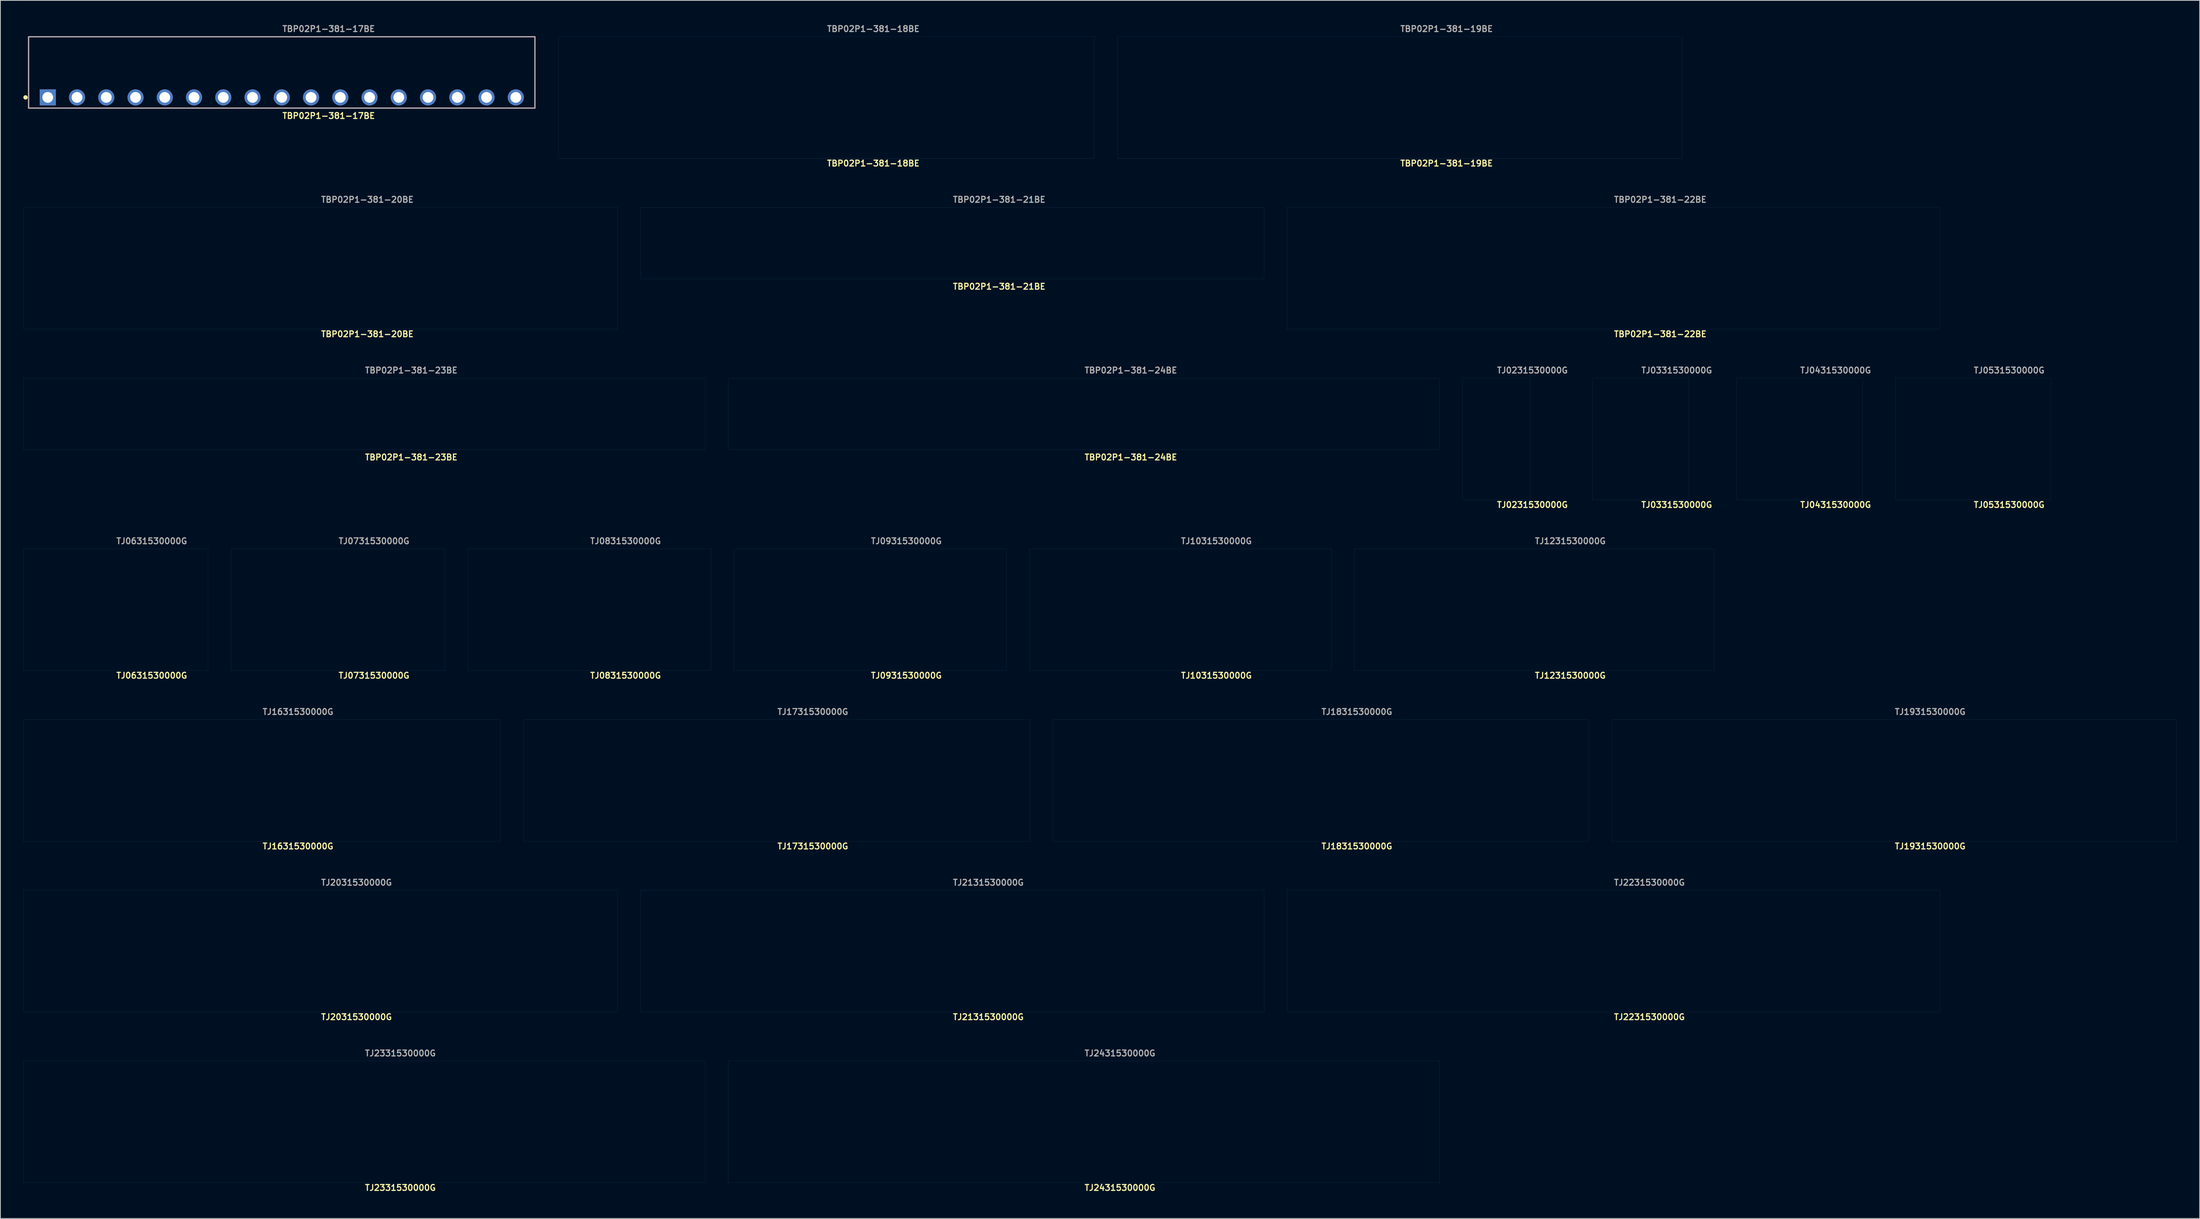
<source format=kicad_pcb>
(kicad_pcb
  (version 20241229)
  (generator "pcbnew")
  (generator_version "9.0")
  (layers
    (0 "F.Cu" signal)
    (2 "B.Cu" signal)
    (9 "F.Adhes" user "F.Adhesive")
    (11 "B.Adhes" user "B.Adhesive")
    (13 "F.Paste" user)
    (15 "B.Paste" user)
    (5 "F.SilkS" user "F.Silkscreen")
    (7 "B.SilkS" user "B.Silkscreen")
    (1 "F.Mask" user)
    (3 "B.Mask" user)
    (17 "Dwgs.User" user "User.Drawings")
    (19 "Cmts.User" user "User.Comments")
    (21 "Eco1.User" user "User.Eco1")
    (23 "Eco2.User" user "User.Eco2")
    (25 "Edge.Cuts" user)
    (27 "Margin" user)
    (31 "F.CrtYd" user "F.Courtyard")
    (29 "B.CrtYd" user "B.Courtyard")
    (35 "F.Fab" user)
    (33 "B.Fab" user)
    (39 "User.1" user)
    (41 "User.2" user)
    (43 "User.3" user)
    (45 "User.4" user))
  (footprint "TJ0231530000G"
    (layer "F.Cu")
    (at 191.846 63.504)
    (property "Reference" "TJ0231530000G" (at 0 -0.762 0) (unlocked yes) (layer "F.SilkS") (effects (font (size 0.762 0.762) (thickness 0.152)) (justify left)))
    (fp_rect (start -4.4 -1.4) (end 4.4 -17.3) (stroke (width 0.006) (type solid)) (fill no) (layer "Cmts.User"))
    (fp_text user "${REFERENCE}" (at 0 -18.288 0) (unlocked yes) (layer "F.Fab") (effects (font (size 0.762 0.762) (thickness 0.152)) (justify left))))
  (footprint "TJ1931530000G"
    (layer "F.Cu")
    (at 243.657 108.006)
    (property "Reference" "TJ1931530000G" (at 0 -0.762 0) (unlocked yes) (layer "F.SilkS") (effects (font (size 0.762 0.762) (thickness 0.152)) (justify left)))
    (fp_rect (start -36.785 -1.4) (end 36.785 -17.3) (stroke (width 0.006) (type solid)) (fill no) (layer "Cmts.User"))
    (fp_text user "${REFERENCE}" (at 0 -18.288 0) (unlocked yes) (layer "F.Fab") (effects (font (size 0.762 0.762) (thickness 0.152)) (justify left))))
  (footprint "TJ0731530000G"
    (layer "F.Cu")
    (at 40.975 85.755)
    (property "Reference" "TJ0731530000G" (at 0 -0.762 0) (unlocked yes) (layer "F.SilkS") (effects (font (size 0.762 0.762) (thickness 0.152)) (justify left)))
    (fp_rect (start -13.925 -1.4) (end 13.925 -17.3) (stroke (width 0.006) (type solid)) (fill no) (layer "Cmts.User"))
    (fp_text user "${REFERENCE}" (at 0 -18.288 0) (unlocked yes) (layer "F.Fab") (effects (font (size 0.762 0.762) (thickness 0.152)) (justify left))))
  (footprint "TJ2131530000G"
    (layer "F.Cu")
    (at 120.985 130.257)
    (property "Reference" "TJ2131530000G" (at 0 -0.762 0) (unlocked yes) (layer "F.SilkS") (effects (font (size 0.762 0.762) (thickness 0.152)) (justify left)))
    (fp_rect (start -40.595 -1.4) (end 40.595 -17.3) (stroke (width 0.006) (type solid)) (fill no) (layer "Cmts.User"))
    (fp_text user "${REFERENCE}" (at 0 -18.288 0) (unlocked yes) (layer "F.Fab") (effects (font (size 0.762 0.762) (thickness 0.152)) (justify left))))
  (footprint "TJ2231530000G"
    (layer "F.Cu")
    (at 207.086 130.257)
    (property "Reference" "TJ2231530000G" (at 0 -0.762 0) (unlocked yes) (layer "F.SilkS") (effects (font (size 0.762 0.762) (thickness 0.152)) (justify left)))
    (fp_rect (start -42.5 -1.4) (end 42.5 -17.3) (stroke (width 0.006) (type solid)) (fill no) (layer "Cmts.User"))
    (fp_text user "${REFERENCE}" (at 0 -18.288 0) (unlocked yes) (layer "F.Fab") (effects (font (size 0.762 0.762) (thickness 0.152)) (justify left))))
  (footprint "TJ2331530000G"
    (layer "F.Cu")
    (at 44.408 152.509)
    (property "Reference" "TJ2331530000G" (at 0 -0.762 0) (unlocked yes) (layer "F.SilkS") (effects (font (size 0.762 0.762) (thickness 0.152)) (justify left)))
    (fp_rect (start -44.405 -1.4) (end 44.405 -17.3) (stroke (width 0.006) (type solid)) (fill no) (layer "Cmts.User"))
    (fp_text user "${REFERENCE}" (at 0 -18.288 0) (unlocked yes) (layer "F.Fab") (effects (font (size 0.762 0.762) (thickness 0.152)) (justify left))))
  (footprint "TJ1231530000G"
    (layer "F.Cu")
    (at 196.785 85.755)
    (property "Reference" "TJ1231530000G" (at 0 -0.762 0) (unlocked yes) (layer "F.SilkS") (effects (font (size 0.762 0.762) (thickness 0.152)) (justify left)))
    (fp_rect (start -23.45 -1.4) (end 23.45 -17.3) (stroke (width 0.006) (type solid)) (fill no) (layer "Cmts.User"))
    (fp_text user "${REFERENCE}" (at 0 -18.288 0) (unlocked yes) (layer "F.Fab") (effects (font (size 0.762 0.762) (thickness 0.152)) (justify left))))
  (footprint "TBP02P1-381-22BE"
    (layer "F.Cu")
    (at 207.086 41.252)
    (property "Reference" "TBP02P1-381-22BE" (at 0 -0.762 0) (unlocked yes) (layer "F.SilkS") (effects (font (size 0.762 0.762) (thickness 0.152)) (justify left)))
    (fp_rect (start -42.5 -1.4) (end 42.5 -17.3) (stroke (width 0.006) (type solid)) (fill no) (layer "Cmts.User"))
    (fp_text user "${REFERENCE}" (at 0 -18.288 0) (unlocked yes) (layer "F.Fab") (effects (font (size 0.762 0.762) (thickness 0.152)) (justify left))))
  (footprint "TJ1831530000G"
    (layer "F.Cu")
    (at 168.986 108.006)
    (property "Reference" "TJ1831530000G" (at 0 -0.762 0) (unlocked yes) (layer "F.SilkS") (effects (font (size 0.762 0.762) (thickness 0.152)) (justify left)))
    (fp_rect (start -34.88 -1.4) (end 34.88 -17.3) (stroke (width 0.006) (type solid)) (fill no) (layer "Cmts.User"))
    (fp_text user "${REFERENCE}" (at 0 -18.288 0) (unlocked yes) (layer "F.Fab") (effects (font (size 0.762 0.762) (thickness 0.152)) (justify left))))
  (footprint "TJ0331530000G"
    (layer "F.Cu")
    (at 210.639 63.504)
    (property "Reference" "TJ0331530000G" (at 0 -0.762 0) (unlocked yes) (layer "F.SilkS") (effects (font (size 0.762 0.762) (thickness 0.152)) (justify left)))
    (fp_rect (start -6.305 -1.4) (end 6.305 -17.3) (stroke (width 0.006) (type solid)) (fill no) (layer "Cmts.User"))
    (fp_text user "${REFERENCE}" (at 0 -18.288 0) (unlocked yes) (layer "F.Fab") (effects (font (size 0.762 0.762) (thickness 0.152)) (justify left))))
  (footprint "TBP02P1-381-19BE"
    (layer "F.Cu")
    (at 179.257 19.001)
    (property "Reference" "TBP02P1-381-19BE" (at 0 -0.762 0) (unlocked yes) (layer "F.SilkS") (effects (font (size 0.762 0.762) (thickness 0.152)) (justify left)))
    (fp_rect (start -36.785 -1.4) (end 36.785 -17.3) (stroke (width 0.006) (type solid)) (fill no) (layer "Cmts.User"))
    (fp_text user "${REFERENCE}" (at 0 -18.288 0) (unlocked yes) (layer "F.Fab") (effects (font (size 0.762 0.762) (thickness 0.152)) (justify left))))
  (footprint "TJ0531530000G"
    (layer "F.Cu")
    (at 253.941 63.504)
    (property "Reference" "TJ0531530000G" (at 0 -0.762 0) (unlocked yes) (layer "F.SilkS") (effects (font (size 0.762 0.762) (thickness 0.152)) (justify left)))
    (fp_rect (start -10.115 -1.4) (end 10.115 -17.3) (stroke (width 0.006) (type solid)) (fill no) (layer "Cmts.User"))
    (fp_text user "${REFERENCE}" (at 0 -18.288 0) (unlocked yes) (layer "F.Fab") (effects (font (size 0.762 0.762) (thickness 0.152)) (justify left))))
  (footprint "TBP02P1-381-20BE"
    (layer "F.Cu")
    (at 38.693 41.252)
    (property "Reference" "TBP02P1-381-20BE" (at 0 -0.762 0) (unlocked yes) (layer "F.SilkS") (effects (font (size 0.762 0.762) (thickness 0.152)) (justify left)))
    (fp_rect (start -38.69 -1.4) (end 38.69 -17.3) (stroke (width 0.006) (type solid)) (fill no) (layer "Cmts.User"))
    (fp_text user "${REFERENCE}" (at 0 -18.288 0) (unlocked yes) (layer "F.Fab") (effects (font (size 0.762 0.762) (thickness 0.152)) (justify left))))
  (footprint "TBP02P1-381-24BE"
    (layer "F.Cu")
    (at 138.13 54.146)
    (property "Reference" "TBP02P1-381-24BE" (at 0 2.4 0) (unlocked yes) (layer "F.SilkS") (effects (font (size 0.762 0.762) (thickness 0.152)) (justify left)))
    (fp_rect (start -46.31 1.4) (end 46.31 -7.9) (stroke (width 0.006) (type solid)) (fill no) (layer "Cmts.User"))
    (fp_text user "${REFERENCE}" (at 0 -8.93 0) (unlocked yes) (layer "F.Fab") (effects (font (size 0.762 0.762) (thickness 0.152)) (justify left))))
  (footprint "TBP02P1-381-17BE"
    (layer "F.Cu")
    (at 33.651 9.643)
    (property "Reference" "TBP02P1-381-17BE" (at 0 2.4 0) (unlocked yes) (layer "F.SilkS") (effects (font (size 0.762 0.762) (thickness 0.152)) (justify left)))
    (fp_rect (start -32.975 1.4) (end 32.975 -7.9) (stroke (width 0.152) (type solid)) (fill no) (layer "F.SilkS"))
    (fp_circle (center -33.375 0) (end -33.575 0) (stroke (width 0.152) (type solid)) (fill yes) (layer "F.SilkS"))
    (fp_circle (center -33.375 0) (end -33.575 0) (stroke (width 0.152) (type solid)) (fill yes) (layer "F.SilkS"))
    (fp_rect (start -32.975 1.4) (end 32.975 -7.9) (stroke (width 0.006) (type solid)) (fill no) (layer "F.CrtYd"))
    (fp_rect (start -32.975 1.4) (end 32.975 -7.9) (stroke (width 0.152) (type solid)) (fill no) (layer "F.Fab"))
    (fp_text user "${REFERENCE}" (at 0 -8.93 0) (unlocked yes) (layer "F.Fab") (effects (font (size 0.762 0.762) (thickness 0.152)) (justify left)))
    (pad "1" thru_hole rect (at -30.48 0) (size 2.1 2.1) (drill 1.4) (layers "*.Cu" "*.Mask"))
    (pad "2" thru_hole circle (at -26.67 0) (size 2.1 2.1) (drill 1.4) (layers "*.Cu" "*.Mask"))
    (pad "3" thru_hole circle (at -22.86 0) (size 2.1 2.1) (drill 1.4) (layers "*.Cu" "*.Mask"))
    (pad "4" thru_hole circle (at -19.05 0) (size 2.1 2.1) (drill 1.4) (layers "*.Cu" "*.Mask"))
    (pad "5" thru_hole circle (at -15.24 0) (size 2.1 2.1) (drill 1.4) (layers "*.Cu" "*.Mask"))
    (pad "6" thru_hole circle (at -11.43 0) (size 2.1 2.1) (drill 1.4) (layers "*.Cu" "*.Mask"))
    (pad "7" thru_hole circle (at -7.62 0) (size 2.1 2.1) (drill 1.4) (layers "*.Cu" "*.Mask"))
    (pad "8" thru_hole circle (at -3.81 0) (size 2.1 2.1) (drill 1.4) (layers "*.Cu" "*.Mask"))
    (pad "9" thru_hole circle (at 0 0) (size 2.1 2.1) (drill 1.4) (layers "*.Cu" "*.Mask"))
    (pad "10" thru_hole circle (at 3.81 0) (size 2.1 2.1) (drill 1.4) (layers "*.Cu" "*.Mask"))
    (pad "11" thru_hole circle (at 7.62 0) (size 2.1 2.1) (drill 1.4) (layers "*.Cu" "*.Mask"))
    (pad "12" thru_hole circle (at 11.43 0) (size 2.1 2.1) (drill 1.4) (layers "*.Cu" "*.Mask"))
    (pad "13" thru_hole circle (at 15.24 0) (size 2.1 2.1) (drill 1.4) (layers "*.Cu" "*.Mask"))
    (pad "14" thru_hole circle (at 19.05 0) (size 2.1 2.1) (drill 1.4) (layers "*.Cu" "*.Mask"))
    (pad "15" thru_hole circle (at 22.86 0) (size 2.1 2.1) (drill 1.4) (layers "*.Cu" "*.Mask"))
    (pad "16" thru_hole circle (at 26.67 0) (size 2.1 2.1) (drill 1.4) (layers "*.Cu" "*.Mask"))
    (pad "17" thru_hole circle (at 30.48 0) (size 2.1 2.1) (drill 1.4) (layers "*.Cu" "*.Mask")))
  (footprint "TJ1631530000G"
    (layer "F.Cu")
    (at 31.073 108.006)
    (property "Reference" "TJ1631530000G" (at 0 -0.762 0) (unlocked yes) (layer "F.SilkS") (effects (font (size 0.762 0.762) (thickness 0.152)) (justify left)))
    (fp_rect (start -31.07 -1.4) (end 31.07 -17.3) (stroke (width 0.006) (type solid)) (fill no) (layer "Cmts.User"))
    (fp_text user "${REFERENCE}" (at 0 -18.288 0) (unlocked yes) (layer "F.Fab") (effects (font (size 0.762 0.762) (thickness 0.152)) (justify left))))
  (footprint "TJ2431530000G"
    (layer "F.Cu")
    (at 138.13 152.509)
    (property "Reference" "TJ2431530000G" (at 0 -0.762 0) (unlocked yes) (layer "F.SilkS") (effects (font (size 0.762 0.762) (thickness 0.152)) (justify left)))
    (fp_rect (start -46.31 -1.4) (end 46.31 -17.3) (stroke (width 0.006) (type solid)) (fill no) (layer "Cmts.User"))
    (fp_text user "${REFERENCE}" (at 0 -18.288 0) (unlocked yes) (layer "F.Fab") (effects (font (size 0.762 0.762) (thickness 0.152)) (justify left))))
  (footprint "TBP02P1-381-21BE"
    (layer "F.Cu")
    (at 120.985 31.894)
    (property "Reference" "TBP02P1-381-21BE" (at 0 2.4 0) (unlocked yes) (layer "F.SilkS") (effects (font (size 0.762 0.762) (thickness 0.152)) (justify left)))
    (fp_rect (start -40.595 1.4) (end 40.595 -7.9) (stroke (width 0.006) (type solid)) (fill no) (layer "Cmts.User"))
    (fp_text user "${REFERENCE}" (at 0 -8.93 0) (unlocked yes) (layer "F.Fab") (effects (font (size 0.762 0.762) (thickness 0.152)) (justify left))))
  (footprint "TJ0931530000G"
    (layer "F.Cu")
    (at 110.307 85.755)
    (property "Reference" "TJ0931530000G" (at 0 -0.762 0) (unlocked yes) (layer "F.SilkS") (effects (font (size 0.762 0.762) (thickness 0.152)) (justify left)))
    (fp_rect (start -17.735 -1.4) (end 17.735 -17.3) (stroke (width 0.006) (type solid)) (fill no) (layer "Cmts.User"))
    (fp_text user "${REFERENCE}" (at 0 -18.288 0) (unlocked yes) (layer "F.Fab") (effects (font (size 0.762 0.762) (thickness 0.152)) (justify left))))
  (footprint "TJ0831530000G"
    (layer "F.Cu")
    (at 73.736 85.755)
    (property "Reference" "TJ0831530000G" (at 0 -0.762 0) (unlocked yes) (layer "F.SilkS") (effects (font (size 0.762 0.762) (thickness 0.152)) (justify left)))
    (fp_rect (start -15.83 -1.4) (end 15.83 -17.3) (stroke (width 0.006) (type solid)) (fill no) (layer "Cmts.User"))
    (fp_text user "${REFERENCE}" (at 0 -18.288 0) (unlocked yes) (layer "F.Fab") (effects (font (size 0.762 0.762) (thickness 0.152)) (justify left))))
  (footprint "TJ0431530000G"
    (layer "F.Cu")
    (at 231.337 63.504)
    (property "Reference" "TJ0431530000G" (at 0 -0.762 0) (unlocked yes) (layer "F.SilkS") (effects (font (size 0.762 0.762) (thickness 0.152)) (justify left)))
    (fp_rect (start -8.21 -1.4) (end 8.21 -17.3) (stroke (width 0.006) (type solid)) (fill no) (layer "Cmts.User"))
    (fp_text user "${REFERENCE}" (at 0 -18.288 0) (unlocked yes) (layer "F.Fab") (effects (font (size 0.762 0.762) (thickness 0.152)) (justify left))))
  (footprint "TJ1731530000G"
    (layer "F.Cu")
    (at 98.125 108.006)
    (property "Reference" "TJ1731530000G" (at 0 -0.762 0) (unlocked yes) (layer "F.SilkS") (effects (font (size 0.762 0.762) (thickness 0.152)) (justify left)))
    (fp_rect (start -32.975 -1.4) (end 32.975 -17.3) (stroke (width 0.006) (type solid)) (fill no) (layer "Cmts.User"))
    (fp_text user "${REFERENCE}" (at 0 -18.288 0) (unlocked yes) (layer "F.Fab") (effects (font (size 0.762 0.762) (thickness 0.152)) (justify left))))
  (footprint "TJ0631530000G"
    (layer "F.Cu")
    (at 12.023 85.755)
    (property "Reference" "TJ0631530000G" (at 0 -0.762 0) (unlocked yes) (layer "F.SilkS") (effects (font (size 0.762 0.762) (thickness 0.152)) (justify left)))
    (fp_rect (start -12.02 -1.4) (end 12.02 -17.3) (stroke (width 0.006) (type solid)) (fill no) (layer "Cmts.User"))
    (fp_text user "${REFERENCE}" (at 0 -18.288 0) (unlocked yes) (layer "F.Fab") (effects (font (size 0.762 0.762) (thickness 0.152)) (justify left))))
  (footprint "TJ1031530000G"
    (layer "F.Cu")
    (at 150.689 85.755)
    (property "Reference" "TJ1031530000G" (at 0 -0.762 0) (unlocked yes) (layer "F.SilkS") (effects (font (size 0.762 0.762) (thickness 0.152)) (justify left)))
    (fp_rect (start -19.64 -1.4) (end 19.64 -17.3) (stroke (width 0.006) (type solid)) (fill no) (layer "Cmts.User"))
    (fp_text user "${REFERENCE}" (at 0 -18.288 0) (unlocked yes) (layer "F.Fab") (effects (font (size 0.762 0.762) (thickness 0.152)) (justify left))))
  (footprint "TBP02P1-381-18BE"
    (layer "F.Cu")
    (at 104.586 19.001)
    (property "Reference" "TBP02P1-381-18BE" (at 0 -0.762 0) (unlocked yes) (layer "F.SilkS") (effects (font (size 0.762 0.762) (thickness 0.152)) (justify left)))
    (fp_rect (start -34.88 -1.4) (end 34.88 -17.3) (stroke (width 0.006) (type solid)) (fill no) (layer "Cmts.User"))
    (fp_text user "${REFERENCE}" (at 0 -18.288 0) (unlocked yes) (layer "F.Fab") (effects (font (size 0.762 0.762) (thickness 0.152)) (justify left))))
  (footprint "TBP02P1-381-23BE"
    (layer "F.Cu")
    (at 44.408 54.146)
    (property "Reference" "TBP02P1-381-23BE" (at 0 2.4 0) (unlocked yes) (layer "F.SilkS") (effects (font (size 0.762 0.762) (thickness 0.152)) (justify left)))
    (fp_rect (start -44.405 1.4) (end 44.405 -7.9) (stroke (width 0.006) (type solid)) (fill no) (layer "Cmts.User"))
    (fp_text user "${REFERENCE}" (at 0 -8.93 0) (unlocked yes) (layer "F.Fab") (effects (font (size 0.762 0.762) (thickness 0.152)) (justify left))))
  (footprint "TJ2031530000G"
    (layer "F.Cu")
    (at 38.693 130.257)
    (property "Reference" "TJ2031530000G" (at 0 -0.762 0) (unlocked yes) (layer "F.SilkS") (effects (font (size 0.762 0.762) (thickness 0.152)) (justify left)))
    (fp_rect (start -38.69 -1.4) (end 38.69 -17.3) (stroke (width 0.006) (type solid)) (fill no) (layer "Cmts.User"))
    (fp_text user "${REFERENCE}" (at 0 -18.288 0) (unlocked yes) (layer "F.Fab") (effects (font (size 0.762 0.762) (thickness 0.152)) (justify left))))
  (gr_rect
    (start -3 -3)
    (end 283.445 155.759)
    (stroke (width 0.1) (type default))
    (fill no)
    (layer "Edge.Cuts")))
</source>
